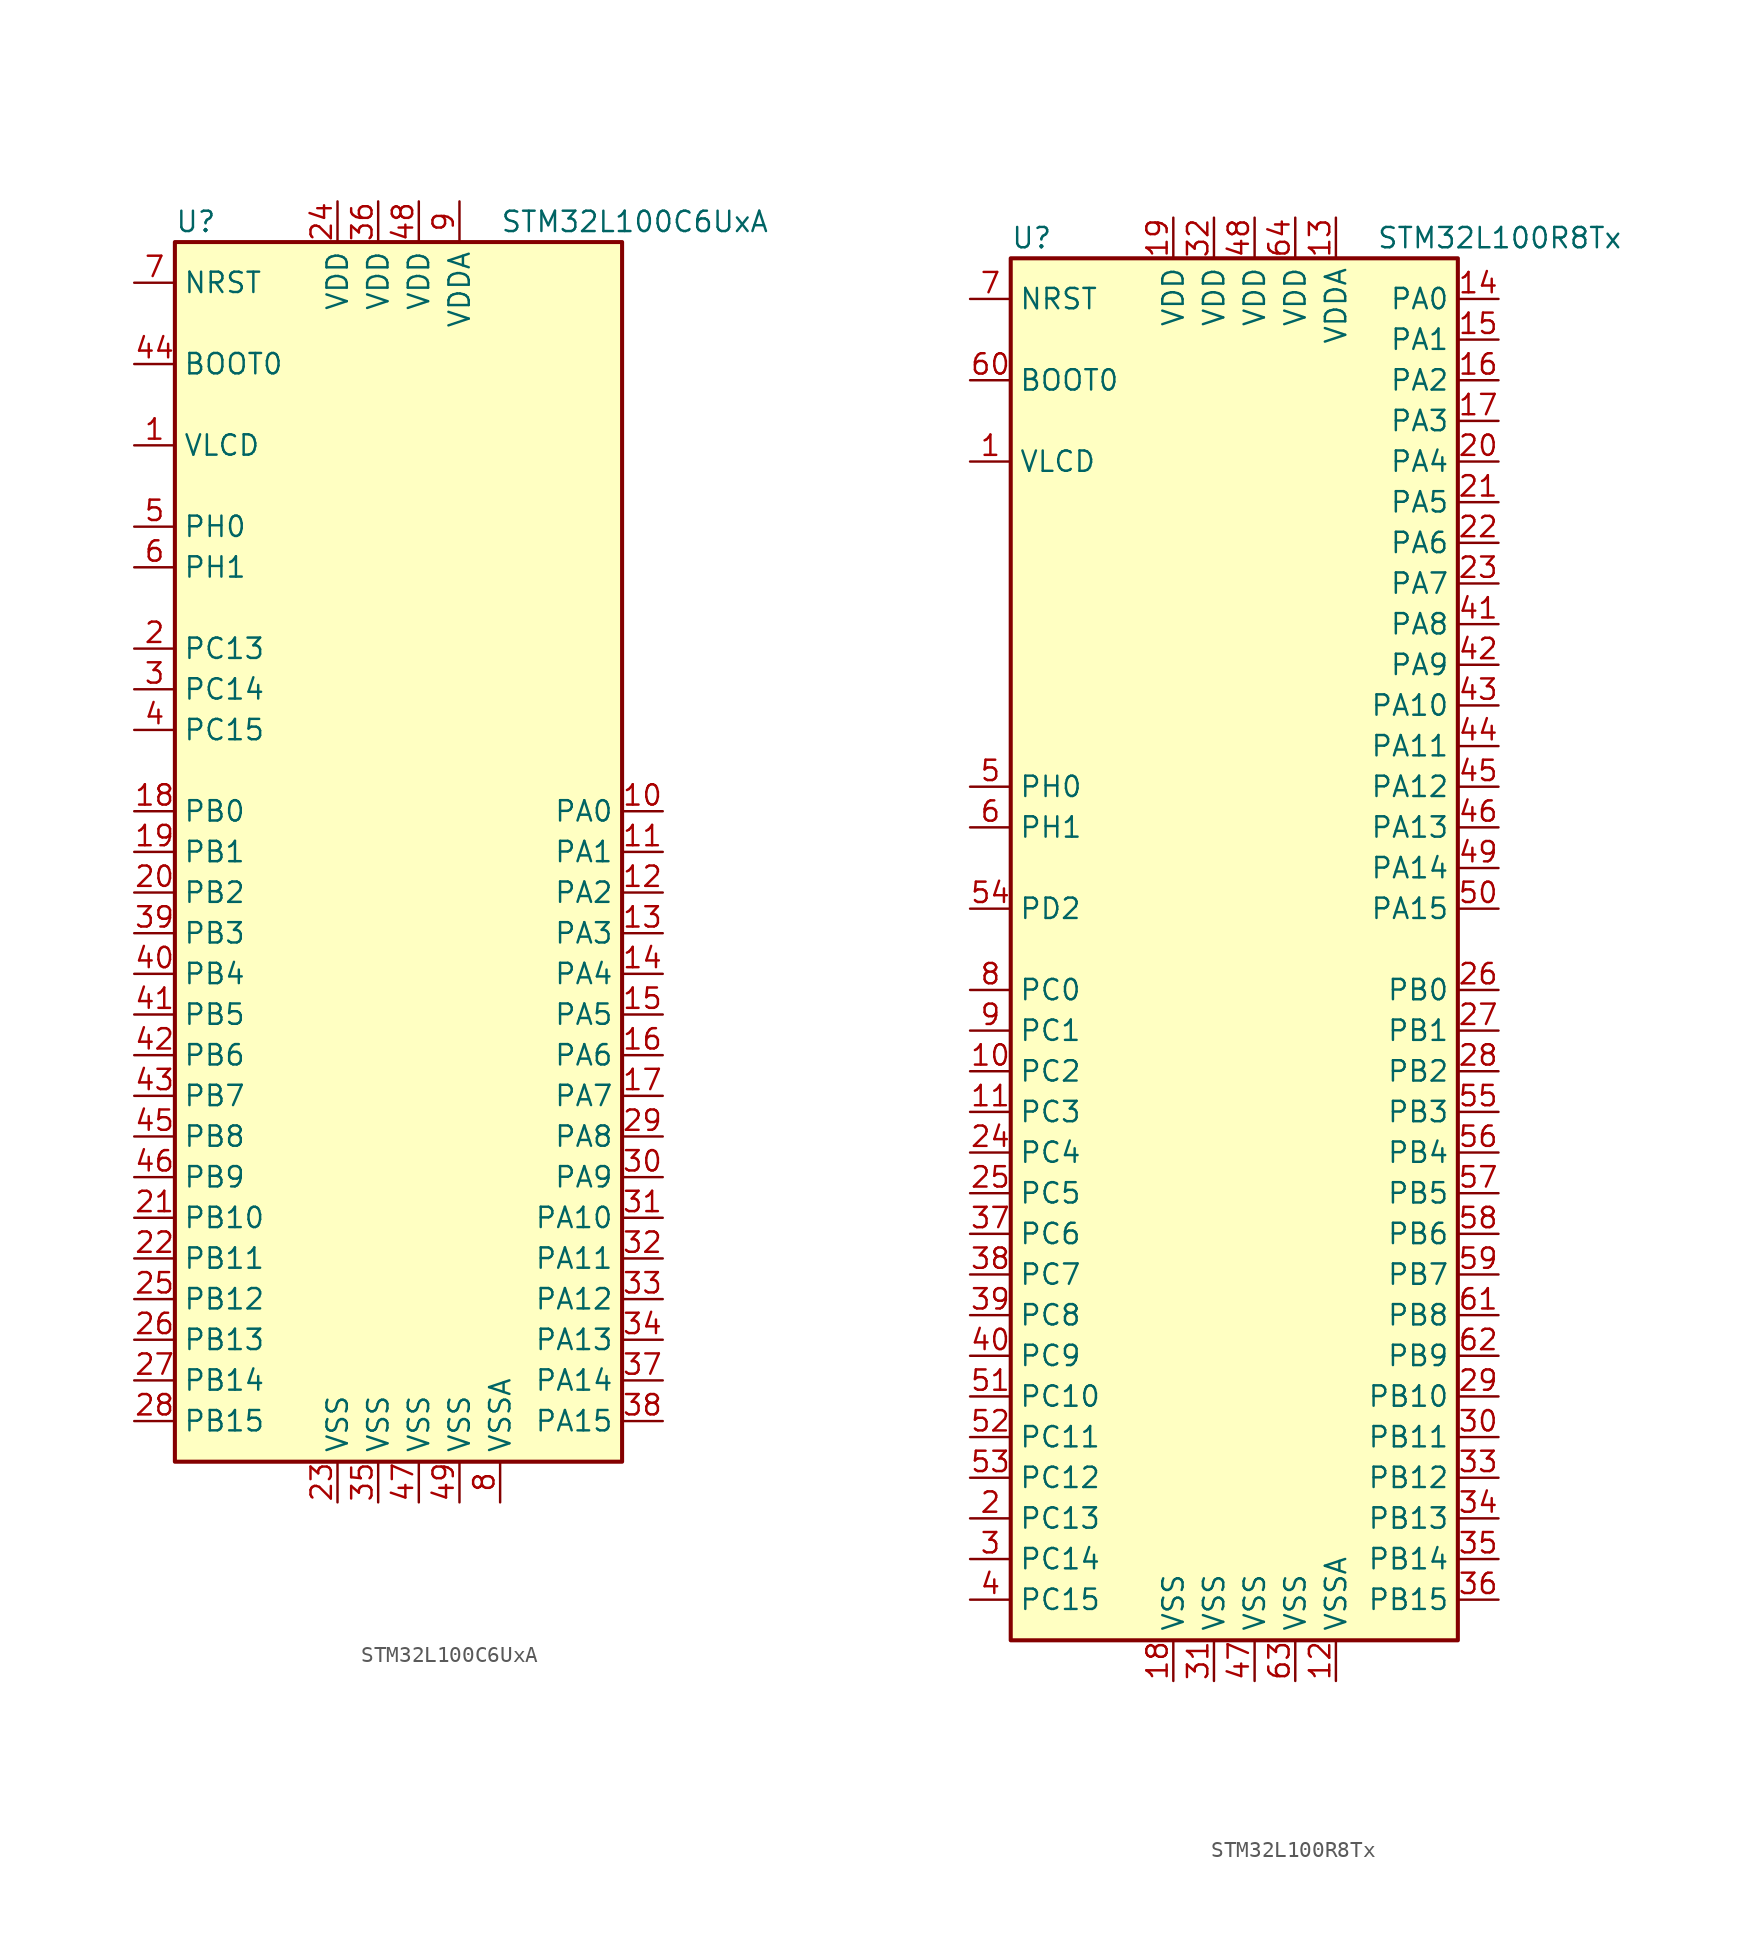
<source format=kicad_sym>
(kicad_symbol_lib
  (version 20201005)
  (generator kicad_symbol_editor)
  (symbol "STM32L100C6UxA"
    (property "Reference" "U"
      (at -15.24 39.37 0)
      (effects (font (size 1.27 1.27)) (justify left)))
    (property "Value" "STM32L100C6UxA"
      (at 5.08 39.37 0)
      (effects (font (size 1.27 1.27)) (justify left)))
    (symbol "STM32L100C6UxA_0_1"
      (rectangle (start -15.24 -38.1) (end 12.7 38.1) (stroke (width 0.254)) (fill (type background))))
    (symbol "STM32L100C6UxA_1_1"
      (pin power_in line (at -17.78 25.4 0) (length 2.54) (name "VLCD" (effects (font (size 1.27 1.27)))) (number "1" (effects (font (size 1.27 1.27)))))
      (pin bidirectional line (at 15.24 2.54 180) (length 2.54) (name "PA0" (effects (font (size 1.27 1.27)))) (number "10" (effects (font (size 1.27 1.27)))))
      (pin bidirectional line (at 15.24 0 180) (length 2.54) (name "PA1" (effects (font (size 1.27 1.27)))) (number "11" (effects (font (size 1.27 1.27)))))
      (pin bidirectional line (at 15.24 -2.54 180) (length 2.54) (name "PA2" (effects (font (size 1.27 1.27)))) (number "12" (effects (font (size 1.27 1.27)))))
      (pin bidirectional line (at 15.24 -5.08 180) (length 2.54) (name "PA3" (effects (font (size 1.27 1.27)))) (number "13" (effects (font (size 1.27 1.27)))))
      (pin bidirectional line (at 15.24 -7.62 180) (length 2.54) (name "PA4" (effects (font (size 1.27 1.27)))) (number "14" (effects (font (size 1.27 1.27)))))
      (pin bidirectional line (at 15.24 -10.16 180) (length 2.54) (name "PA5" (effects (font (size 1.27 1.27)))) (number "15" (effects (font (size 1.27 1.27)))))
      (pin bidirectional line (at 15.24 -12.7 180) (length 2.54) (name "PA6" (effects (font (size 1.27 1.27)))) (number "16" (effects (font (size 1.27 1.27)))))
      (pin bidirectional line (at 15.24 -15.24 180) (length 2.54) (name "PA7" (effects (font (size 1.27 1.27)))) (number "17" (effects (font (size 1.27 1.27)))))
      (pin bidirectional line (at -17.78 2.54 0) (length 2.54) (name "PB0" (effects (font (size 1.27 1.27)))) (number "18" (effects (font (size 1.27 1.27)))))
      (pin bidirectional line (at -17.78 0 0) (length 2.54) (name "PB1" (effects (font (size 1.27 1.27)))) (number "19" (effects (font (size 1.27 1.27)))))
      (pin bidirectional line (at -17.78 12.7 0) (length 2.54) (name "PC13" (effects (font (size 1.27 1.27)))) (number "2" (effects (font (size 1.27 1.27)))))
      (pin bidirectional line (at -17.78 -2.54 0) (length 2.54) (name "PB2" (effects (font (size 1.27 1.27)))) (number "20" (effects (font (size 1.27 1.27)))))
      (pin bidirectional line (at -17.78 -22.86 0) (length 2.54) (name "PB10" (effects (font (size 1.27 1.27)))) (number "21" (effects (font (size 1.27 1.27)))))
      (pin bidirectional line (at -17.78 -25.4 0) (length 2.54) (name "PB11" (effects (font (size 1.27 1.27)))) (number "22" (effects (font (size 1.27 1.27)))))
      (pin power_in line (at -5.08 -40.64 90) (length 2.54) (name "VSS" (effects (font (size 1.27 1.27)))) (number "23" (effects (font (size 1.27 1.27)))))
      (pin power_in line (at -5.08 40.64 270) (length 2.54) (name "VDD" (effects (font (size 1.27 1.27)))) (number "24" (effects (font (size 1.27 1.27)))))
      (pin bidirectional line (at -17.78 -27.94 0) (length 2.54) (name "PB12" (effects (font (size 1.27 1.27)))) (number "25" (effects (font (size 1.27 1.27)))))
      (pin bidirectional line (at -17.78 -30.48 0) (length 2.54) (name "PB13" (effects (font (size 1.27 1.27)))) (number "26" (effects (font (size 1.27 1.27)))))
      (pin bidirectional line (at -17.78 -33.02 0) (length 2.54) (name "PB14" (effects (font (size 1.27 1.27)))) (number "27" (effects (font (size 1.27 1.27)))))
      (pin bidirectional line (at -17.78 -35.56 0) (length 2.54) (name "PB15" (effects (font (size 1.27 1.27)))) (number "28" (effects (font (size 1.27 1.27)))))
      (pin bidirectional line (at 15.24 -17.78 180) (length 2.54) (name "PA8" (effects (font (size 1.27 1.27)))) (number "29" (effects (font (size 1.27 1.27)))))
      (pin bidirectional line (at -17.78 10.16 0) (length 2.54) (name "PC14" (effects (font (size 1.27 1.27)))) (number "3" (effects (font (size 1.27 1.27)))))
      (pin bidirectional line (at 15.24 -20.32 180) (length 2.54) (name "PA9" (effects (font (size 1.27 1.27)))) (number "30" (effects (font (size 1.27 1.27)))))
      (pin bidirectional line (at 15.24 -22.86 180) (length 2.54) (name "PA10" (effects (font (size 1.27 1.27)))) (number "31" (effects (font (size 1.27 1.27)))))
      (pin bidirectional line (at 15.24 -25.4 180) (length 2.54) (name "PA11" (effects (font (size 1.27 1.27)))) (number "32" (effects (font (size 1.27 1.27)))))
      (pin bidirectional line (at 15.24 -27.94 180) (length 2.54) (name "PA12" (effects (font (size 1.27 1.27)))) (number "33" (effects (font (size 1.27 1.27)))))
      (pin bidirectional line (at 15.24 -30.48 180) (length 2.54) (name "PA13" (effects (font (size 1.27 1.27)))) (number "34" (effects (font (size 1.27 1.27)))))
      (pin power_in line (at -2.54 -40.64 90) (length 2.54) (name "VSS" (effects (font (size 1.27 1.27)))) (number "35" (effects (font (size 1.27 1.27)))))
      (pin power_in line (at -2.54 40.64 270) (length 2.54) (name "VDD" (effects (font (size 1.27 1.27)))) (number "36" (effects (font (size 1.27 1.27)))))
      (pin bidirectional line (at 15.24 -33.02 180) (length 2.54) (name "PA14" (effects (font (size 1.27 1.27)))) (number "37" (effects (font (size 1.27 1.27)))))
      (pin bidirectional line (at 15.24 -35.56 180) (length 2.54) (name "PA15" (effects (font (size 1.27 1.27)))) (number "38" (effects (font (size 1.27 1.27)))))
      (pin bidirectional line (at -17.78 -5.08 0) (length 2.54) (name "PB3" (effects (font (size 1.27 1.27)))) (number "39" (effects (font (size 1.27 1.27)))))
      (pin bidirectional line (at -17.78 7.62 0) (length 2.54) (name "PC15" (effects (font (size 1.27 1.27)))) (number "4" (effects (font (size 1.27 1.27)))))
      (pin bidirectional line (at -17.78 -7.62 0) (length 2.54) (name "PB4" (effects (font (size 1.27 1.27)))) (number "40" (effects (font (size 1.27 1.27)))))
      (pin bidirectional line (at -17.78 -10.16 0) (length 2.54) (name "PB5" (effects (font (size 1.27 1.27)))) (number "41" (effects (font (size 1.27 1.27)))))
      (pin bidirectional line (at -17.78 -12.7 0) (length 2.54) (name "PB6" (effects (font (size 1.27 1.27)))) (number "42" (effects (font (size 1.27 1.27)))))
      (pin bidirectional line (at -17.78 -15.24 0) (length 2.54) (name "PB7" (effects (font (size 1.27 1.27)))) (number "43" (effects (font (size 1.27 1.27)))))
      (pin input line (at -17.78 30.48 0) (length 2.54) (name "BOOT0" (effects (font (size 1.27 1.27)))) (number "44" (effects (font (size 1.27 1.27)))))
      (pin bidirectional line (at -17.78 -17.78 0) (length 2.54) (name "PB8" (effects (font (size 1.27 1.27)))) (number "45" (effects (font (size 1.27 1.27)))))
      (pin bidirectional line (at -17.78 -20.32 0) (length 2.54) (name "PB9" (effects (font (size 1.27 1.27)))) (number "46" (effects (font (size 1.27 1.27)))))
      (pin power_in line (at 0 -40.64 90) (length 2.54) (name "VSS" (effects (font (size 1.27 1.27)))) (number "47" (effects (font (size 1.27 1.27)))))
      (pin power_in line (at 0 40.64 270) (length 2.54) (name "VDD" (effects (font (size 1.27 1.27)))) (number "48" (effects (font (size 1.27 1.27)))))
      (pin power_in line (at 2.54 -40.64 90) (length 2.54) (name "VSS" (effects (font (size 1.27 1.27)))) (number "49" (effects (font (size 1.27 1.27)))))
      (pin input line (at -17.78 20.32 0) (length 2.54) (name "PH0" (effects (font (size 1.27 1.27)))) (number "5" (effects (font (size 1.27 1.27)))))
      (pin input line (at -17.78 17.78 0) (length 2.54) (name "PH1" (effects (font (size 1.27 1.27)))) (number "6" (effects (font (size 1.27 1.27)))))
      (pin input line (at -17.78 35.56 0) (length 2.54) (name "NRST" (effects (font (size 1.27 1.27)))) (number "7" (effects (font (size 1.27 1.27)))))
      (pin power_in line (at 5.08 -40.64 90) (length 2.54) (name "VSSA" (effects (font (size 1.27 1.27)))) (number "8" (effects (font (size 1.27 1.27)))))
      (pin power_in line (at 2.54 40.64 270) (length 2.54) (name "VDDA" (effects (font (size 1.27 1.27)))) (number "9" (effects (font (size 1.27 1.27)))))))
  (symbol "STM32L100R8Tx"
    (property "Reference" "U"
      (at -15.24 44.45 0)
      (effects (font (size 1.27 1.27)) (justify left)))
    (property "Value" "STM32L100R8Tx"
      (at 7.62 44.45 0)
      (effects (font (size 1.27 1.27)) (justify left)))
    (symbol "STM32L100R8Tx_0_1"
      (rectangle (start -15.24 -43.18) (end 12.7 43.18) (stroke (width 0.254)) (fill (type background))))
    (symbol "STM32L100R8Tx_1_1"
      (pin power_in line (at -17.78 30.48 0) (length 2.54) (name "VLCD" (effects (font (size 1.27 1.27)))) (number "1" (effects (font (size 1.27 1.27)))))
      (pin bidirectional line (at -17.78 -7.62 0) (length 2.54) (name "PC2" (effects (font (size 1.27 1.27)))) (number "10" (effects (font (size 1.27 1.27)))))
      (pin bidirectional line (at -17.78 -10.16 0) (length 2.54) (name "PC3" (effects (font (size 1.27 1.27)))) (number "11" (effects (font (size 1.27 1.27)))))
      (pin power_in line (at 5.08 -45.72 90) (length 2.54) (name "VSSA" (effects (font (size 1.27 1.27)))) (number "12" (effects (font (size 1.27 1.27)))))
      (pin power_in line (at 5.08 45.72 270) (length 2.54) (name "VDDA" (effects (font (size 1.27 1.27)))) (number "13" (effects (font (size 1.27 1.27)))))
      (pin bidirectional line (at 15.24 40.64 180) (length 2.54) (name "PA0" (effects (font (size 1.27 1.27)))) (number "14" (effects (font (size 1.27 1.27)))))
      (pin bidirectional line (at 15.24 38.1 180) (length 2.54) (name "PA1" (effects (font (size 1.27 1.27)))) (number "15" (effects (font (size 1.27 1.27)))))
      (pin bidirectional line (at 15.24 35.56 180) (length 2.54) (name "PA2" (effects (font (size 1.27 1.27)))) (number "16" (effects (font (size 1.27 1.27)))))
      (pin bidirectional line (at 15.24 33.02 180) (length 2.54) (name "PA3" (effects (font (size 1.27 1.27)))) (number "17" (effects (font (size 1.27 1.27)))))
      (pin power_in line (at -5.08 -45.72 90) (length 2.54) (name "VSS" (effects (font (size 1.27 1.27)))) (number "18" (effects (font (size 1.27 1.27)))))
      (pin power_in line (at -5.08 45.72 270) (length 2.54) (name "VDD" (effects (font (size 1.27 1.27)))) (number "19" (effects (font (size 1.27 1.27)))))
      (pin bidirectional line (at -17.78 -35.56 0) (length 2.54) (name "PC13" (effects (font (size 1.27 1.27)))) (number "2" (effects (font (size 1.27 1.27)))))
      (pin bidirectional line (at 15.24 30.48 180) (length 2.54) (name "PA4" (effects (font (size 1.27 1.27)))) (number "20" (effects (font (size 1.27 1.27)))))
      (pin bidirectional line (at 15.24 27.94 180) (length 2.54) (name "PA5" (effects (font (size 1.27 1.27)))) (number "21" (effects (font (size 1.27 1.27)))))
      (pin bidirectional line (at 15.24 25.4 180) (length 2.54) (name "PA6" (effects (font (size 1.27 1.27)))) (number "22" (effects (font (size 1.27 1.27)))))
      (pin bidirectional line (at 15.24 22.86 180) (length 2.54) (name "PA7" (effects (font (size 1.27 1.27)))) (number "23" (effects (font (size 1.27 1.27)))))
      (pin bidirectional line (at -17.78 -12.7 0) (length 2.54) (name "PC4" (effects (font (size 1.27 1.27)))) (number "24" (effects (font (size 1.27 1.27)))))
      (pin bidirectional line (at -17.78 -15.24 0) (length 2.54) (name "PC5" (effects (font (size 1.27 1.27)))) (number "25" (effects (font (size 1.27 1.27)))))
      (pin bidirectional line (at 15.24 -2.54 180) (length 2.54) (name "PB0" (effects (font (size 1.27 1.27)))) (number "26" (effects (font (size 1.27 1.27)))))
      (pin bidirectional line (at 15.24 -5.08 180) (length 2.54) (name "PB1" (effects (font (size 1.27 1.27)))) (number "27" (effects (font (size 1.27 1.27)))))
      (pin bidirectional line (at 15.24 -7.62 180) (length 2.54) (name "PB2" (effects (font (size 1.27 1.27)))) (number "28" (effects (font (size 1.27 1.27)))))
      (pin bidirectional line (at 15.24 -27.94 180) (length 2.54) (name "PB10" (effects (font (size 1.27 1.27)))) (number "29" (effects (font (size 1.27 1.27)))))
      (pin bidirectional line (at -17.78 -38.1 0) (length 2.54) (name "PC14" (effects (font (size 1.27 1.27)))) (number "3" (effects (font (size 1.27 1.27)))))
      (pin bidirectional line (at 15.24 -30.48 180) (length 2.54) (name "PB11" (effects (font (size 1.27 1.27)))) (number "30" (effects (font (size 1.27 1.27)))))
      (pin power_in line (at -2.54 -45.72 90) (length 2.54) (name "VSS" (effects (font (size 1.27 1.27)))) (number "31" (effects (font (size 1.27 1.27)))))
      (pin power_in line (at -2.54 45.72 270) (length 2.54) (name "VDD" (effects (font (size 1.27 1.27)))) (number "32" (effects (font (size 1.27 1.27)))))
      (pin bidirectional line (at 15.24 -33.02 180) (length 2.54) (name "PB12" (effects (font (size 1.27 1.27)))) (number "33" (effects (font (size 1.27 1.27)))))
      (pin bidirectional line (at 15.24 -35.56 180) (length 2.54) (name "PB13" (effects (font (size 1.27 1.27)))) (number "34" (effects (font (size 1.27 1.27)))))
      (pin bidirectional line (at 15.24 -38.1 180) (length 2.54) (name "PB14" (effects (font (size 1.27 1.27)))) (number "35" (effects (font (size 1.27 1.27)))))
      (pin bidirectional line (at 15.24 -40.64 180) (length 2.54) (name "PB15" (effects (font (size 1.27 1.27)))) (number "36" (effects (font (size 1.27 1.27)))))
      (pin bidirectional line (at -17.78 -17.78 0) (length 2.54) (name "PC6" (effects (font (size 1.27 1.27)))) (number "37" (effects (font (size 1.27 1.27)))))
      (pin bidirectional line (at -17.78 -20.32 0) (length 2.54) (name "PC7" (effects (font (size 1.27 1.27)))) (number "38" (effects (font (size 1.27 1.27)))))
      (pin bidirectional line (at -17.78 -22.86 0) (length 2.54) (name "PC8" (effects (font (size 1.27 1.27)))) (number "39" (effects (font (size 1.27 1.27)))))
      (pin bidirectional line (at -17.78 -40.64 0) (length 2.54) (name "PC15" (effects (font (size 1.27 1.27)))) (number "4" (effects (font (size 1.27 1.27)))))
      (pin bidirectional line (at -17.78 -25.4 0) (length 2.54) (name "PC9" (effects (font (size 1.27 1.27)))) (number "40" (effects (font (size 1.27 1.27)))))
      (pin bidirectional line (at 15.24 20.32 180) (length 2.54) (name "PA8" (effects (font (size 1.27 1.27)))) (number "41" (effects (font (size 1.27 1.27)))))
      (pin bidirectional line (at 15.24 17.78 180) (length 2.54) (name "PA9" (effects (font (size 1.27 1.27)))) (number "42" (effects (font (size 1.27 1.27)))))
      (pin bidirectional line (at 15.24 15.24 180) (length 2.54) (name "PA10" (effects (font (size 1.27 1.27)))) (number "43" (effects (font (size 1.27 1.27)))))
      (pin bidirectional line (at 15.24 12.7 180) (length 2.54) (name "PA11" (effects (font (size 1.27 1.27)))) (number "44" (effects (font (size 1.27 1.27)))))
      (pin bidirectional line (at 15.24 10.16 180) (length 2.54) (name "PA12" (effects (font (size 1.27 1.27)))) (number "45" (effects (font (size 1.27 1.27)))))
      (pin bidirectional line (at 15.24 7.62 180) (length 2.54) (name "PA13" (effects (font (size 1.27 1.27)))) (number "46" (effects (font (size 1.27 1.27)))))
      (pin power_in line (at 0 -45.72 90) (length 2.54) (name "VSS" (effects (font (size 1.27 1.27)))) (number "47" (effects (font (size 1.27 1.27)))))
      (pin power_in line (at 0 45.72 270) (length 2.54) (name "VDD" (effects (font (size 1.27 1.27)))) (number "48" (effects (font (size 1.27 1.27)))))
      (pin bidirectional line (at 15.24 5.08 180) (length 2.54) (name "PA14" (effects (font (size 1.27 1.27)))) (number "49" (effects (font (size 1.27 1.27)))))
      (pin input line (at -17.78 10.16 0) (length 2.54) (name "PH0" (effects (font (size 1.27 1.27)))) (number "5" (effects (font (size 1.27 1.27)))))
      (pin bidirectional line (at 15.24 2.54 180) (length 2.54) (name "PA15" (effects (font (size 1.27 1.27)))) (number "50" (effects (font (size 1.27 1.27)))))
      (pin bidirectional line (at -17.78 -27.94 0) (length 2.54) (name "PC10" (effects (font (size 1.27 1.27)))) (number "51" (effects (font (size 1.27 1.27)))))
      (pin bidirectional line (at -17.78 -30.48 0) (length 2.54) (name "PC11" (effects (font (size 1.27 1.27)))) (number "52" (effects (font (size 1.27 1.27)))))
      (pin bidirectional line (at -17.78 -33.02 0) (length 2.54) (name "PC12" (effects (font (size 1.27 1.27)))) (number "53" (effects (font (size 1.27 1.27)))))
      (pin bidirectional line (at -17.78 2.54 0) (length 2.54) (name "PD2" (effects (font (size 1.27 1.27)))) (number "54" (effects (font (size 1.27 1.27)))))
      (pin bidirectional line (at 15.24 -10.16 180) (length 2.54) (name "PB3" (effects (font (size 1.27 1.27)))) (number "55" (effects (font (size 1.27 1.27)))))
      (pin bidirectional line (at 15.24 -12.7 180) (length 2.54) (name "PB4" (effects (font (size 1.27 1.27)))) (number "56" (effects (font (size 1.27 1.27)))))
      (pin bidirectional line (at 15.24 -15.24 180) (length 2.54) (name "PB5" (effects (font (size 1.27 1.27)))) (number "57" (effects (font (size 1.27 1.27)))))
      (pin bidirectional line (at 15.24 -17.78 180) (length 2.54) (name "PB6" (effects (font (size 1.27 1.27)))) (number "58" (effects (font (size 1.27 1.27)))))
      (pin bidirectional line (at 15.24 -20.32 180) (length 2.54) (name "PB7" (effects (font (size 1.27 1.27)))) (number "59" (effects (font (size 1.27 1.27)))))
      (pin input line (at -17.78 7.62 0) (length 2.54) (name "PH1" (effects (font (size 1.27 1.27)))) (number "6" (effects (font (size 1.27 1.27)))))
      (pin input line (at -17.78 35.56 0) (length 2.54) (name "BOOT0" (effects (font (size 1.27 1.27)))) (number "60" (effects (font (size 1.27 1.27)))))
      (pin bidirectional line (at 15.24 -22.86 180) (length 2.54) (name "PB8" (effects (font (size 1.27 1.27)))) (number "61" (effects (font (size 1.27 1.27)))))
      (pin bidirectional line (at 15.24 -25.4 180) (length 2.54) (name "PB9" (effects (font (size 1.27 1.27)))) (number "62" (effects (font (size 1.27 1.27)))))
      (pin power_in line (at 2.54 -45.72 90) (length 2.54) (name "VSS" (effects (font (size 1.27 1.27)))) (number "63" (effects (font (size 1.27 1.27)))))
      (pin power_in line (at 2.54 45.72 270) (length 2.54) (name "VDD" (effects (font (size 1.27 1.27)))) (number "64" (effects (font (size 1.27 1.27)))))
      (pin input line (at -17.78 40.64 0) (length 2.54) (name "NRST" (effects (font (size 1.27 1.27)))) (number "7" (effects (font (size 1.27 1.27)))))
      (pin bidirectional line (at -17.78 -2.54 0) (length 2.54) (name "PC0" (effects (font (size 1.27 1.27)))) (number "8" (effects (font (size 1.27 1.27)))))
      (pin bidirectional line (at -17.78 -5.08 0) (length 2.54) (name "PC1" (effects (font (size 1.27 1.27)))) (number "9" (effects (font (size 1.27 1.27))))))))
</source>
